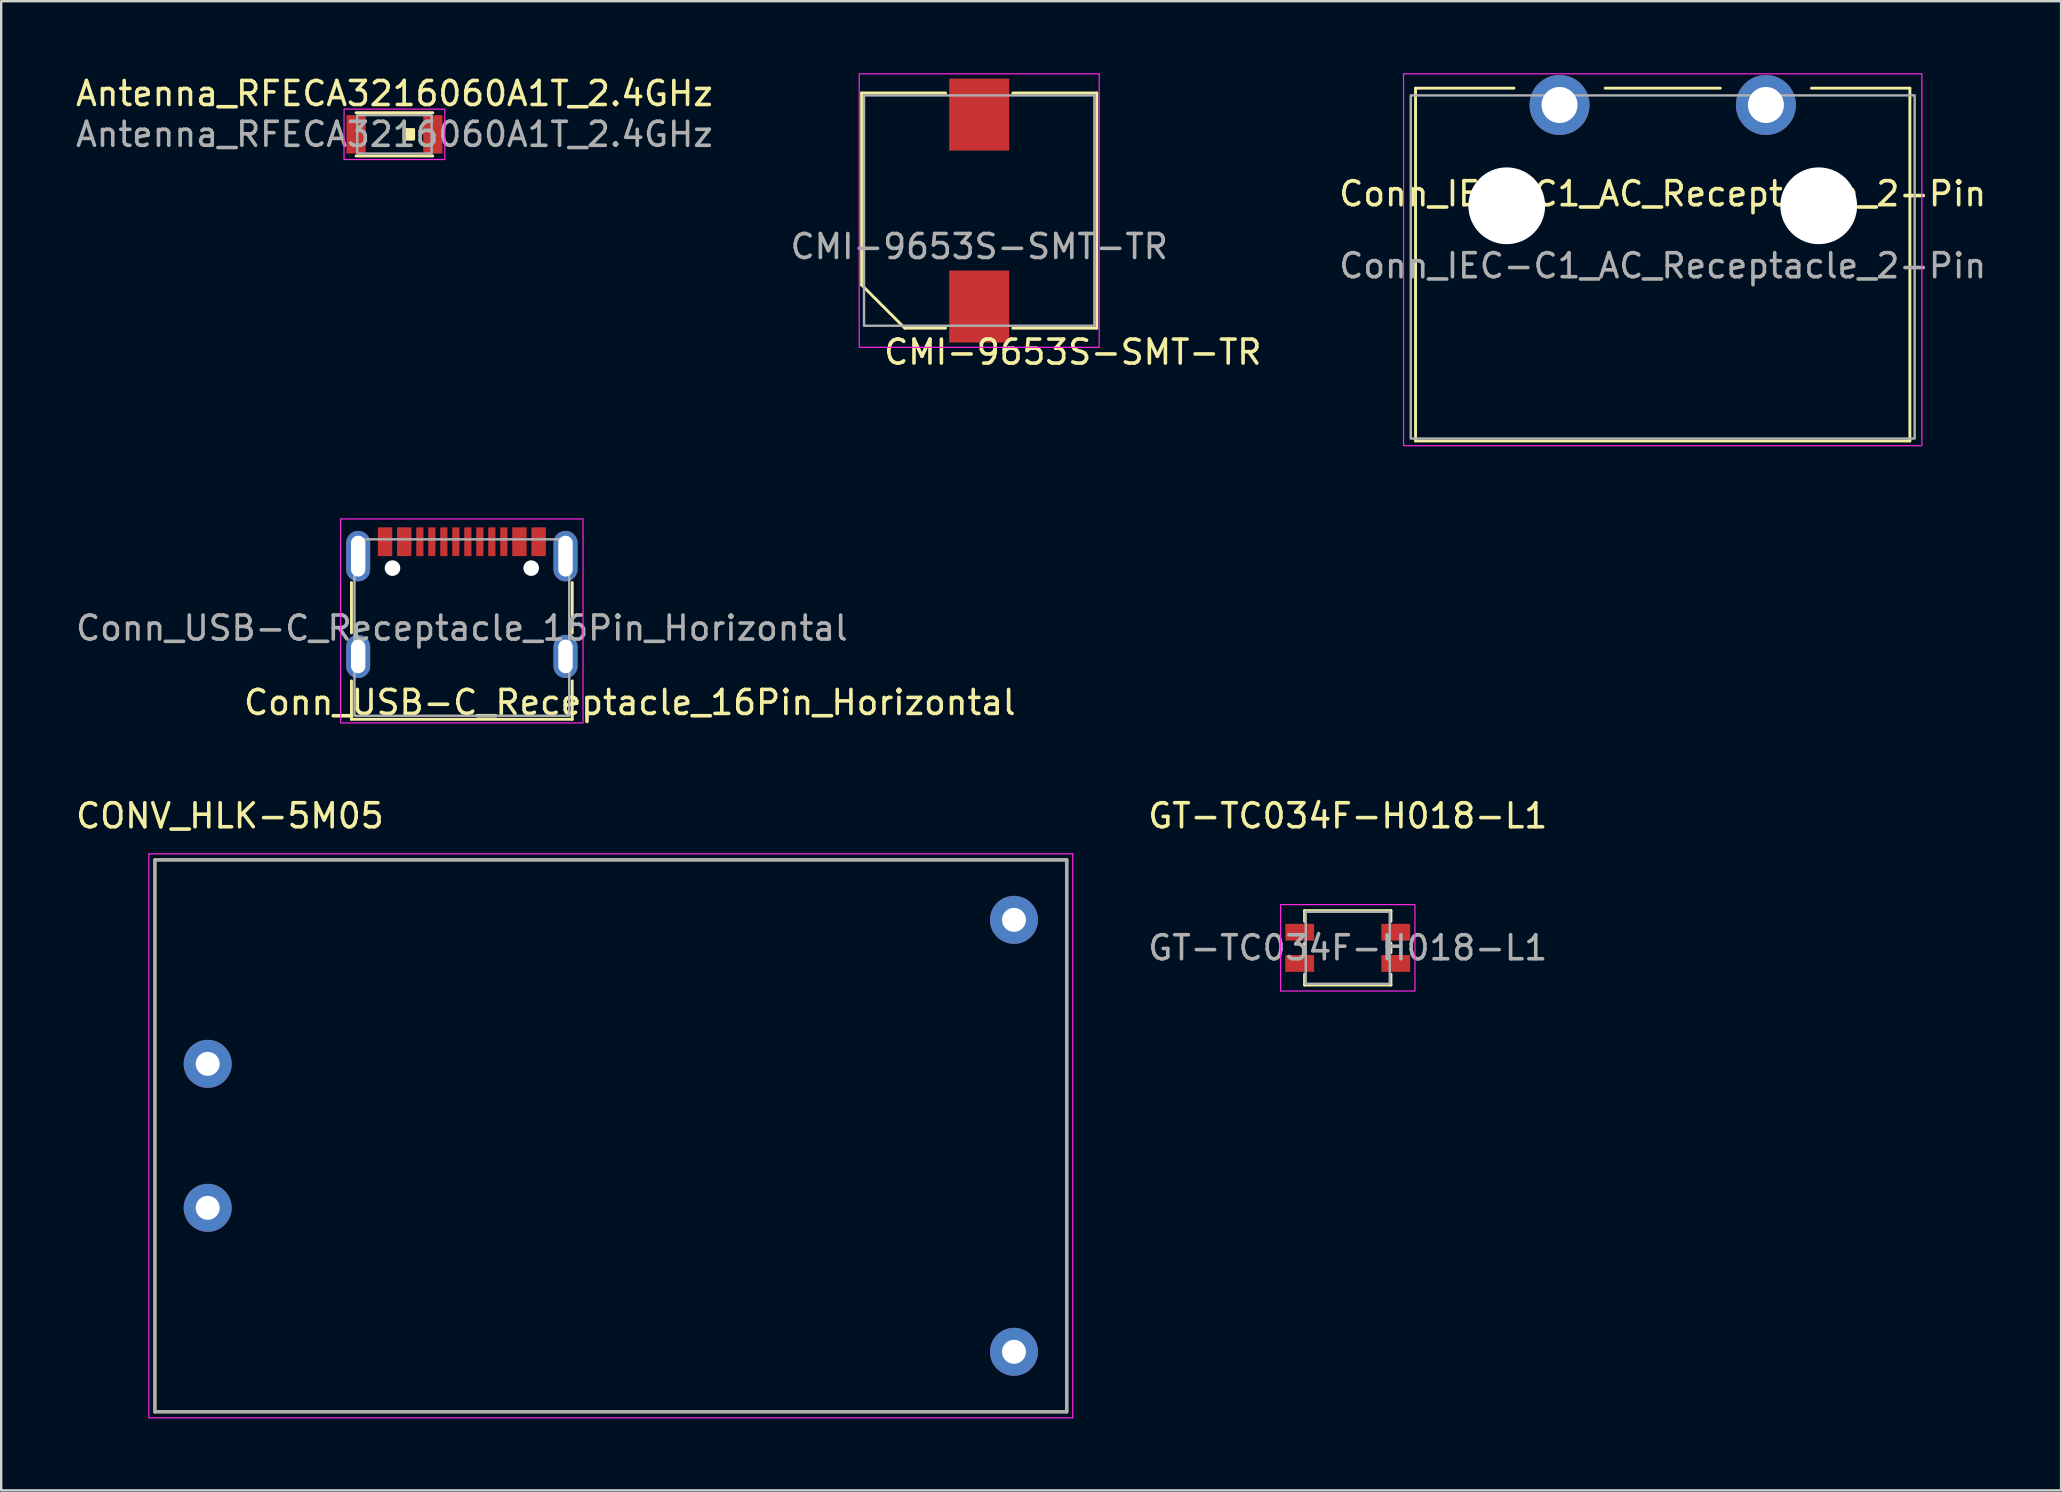
<source format=kicad_pcb>
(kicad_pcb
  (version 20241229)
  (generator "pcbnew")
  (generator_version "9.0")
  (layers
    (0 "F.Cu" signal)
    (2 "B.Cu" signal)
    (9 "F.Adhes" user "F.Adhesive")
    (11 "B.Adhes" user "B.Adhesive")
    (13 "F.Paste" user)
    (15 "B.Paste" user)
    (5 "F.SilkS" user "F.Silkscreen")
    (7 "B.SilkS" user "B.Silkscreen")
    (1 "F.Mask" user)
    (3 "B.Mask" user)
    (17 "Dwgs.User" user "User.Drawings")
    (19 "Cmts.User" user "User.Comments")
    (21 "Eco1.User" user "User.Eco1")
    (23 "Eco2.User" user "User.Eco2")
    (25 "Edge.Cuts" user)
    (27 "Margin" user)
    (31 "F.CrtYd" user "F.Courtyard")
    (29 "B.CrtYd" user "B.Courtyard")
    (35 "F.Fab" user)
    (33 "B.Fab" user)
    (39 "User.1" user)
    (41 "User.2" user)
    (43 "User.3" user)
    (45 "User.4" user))
  (footprint "Conn_USB-C_Receptacle_16Pin_Horizontal"
    (layer "F.Cu")
    (at 16.196 23.125)
    (property "Reference" "Conn_USB-C_Receptacle_16Pin_Horizontal" (at 7 3.1 0) (unlocked yes) (layer "F.SilkS") (effects (font (size 1 1) (thickness 0.15))))
    (attr smd)
    (fp_line (start -4.6 -1.9) (end -4.6 0.2) (stroke (width 0.12) (type default)) (layer "F.SilkS"))
    (fp_line (start -4.6 2.2) (end -4.6 3.8) (stroke (width 0.12) (type default)) (layer "F.SilkS"))
    (fp_line (start -4.6 3.8) (end 4.6 3.8) (stroke (width 0.12) (type default)) (layer "F.SilkS"))
    (fp_line (start 4.6 -1.9) (end 4.6 0.2) (stroke (width 0.12) (type default)) (layer "F.SilkS"))
    (fp_line (start 4.6 3.8) (end 4.6 2.2) (stroke (width 0.12) (type default)) (layer "F.SilkS"))
    (fp_rect (start -5.05 -4.55) (end 5.05 3.95) (stroke (width 0.05) (type default)) (fill no) (layer "F.CrtYd"))
    (fp_rect (start -4.475 3.65) (end 4.475 -3.7) (stroke (width 0.1) (type default)) (fill no) (layer "F.Fab"))
    (fp_text user "${REFERENCE}" (at 0 0 0) (unlocked yes) (layer "F.Fab") (effects (font (size 1 1) (thickness 0.15))))
    (pad "" np_thru_hole circle (at -2.89 -2.5) (size 0.65 0.65) (drill 0.65) (layers "*.Cu" "*.Mask"))
    (pad "" np_thru_hole circle (at 2.89 -2.5) (size 0.65 0.65) (drill 0.65) (layers "*.Cu" "*.Mask"))
    (pad "A1B12" smd rect (at -3.2 -3.6) (size 0.6 1.2) (layers "F.Cu" "F.Mask" "F.Paste"))
    (pad "A4B9" smd rect (at -2.4 -3.6) (size 0.6 1.2) (layers "F.Cu" "F.Mask" "F.Paste"))
    (pad "A5" smd rect (at -1.25 -3.6) (size 0.3 1.2) (layers "F.Cu" "F.Mask" "F.Paste"))
    (pad "A6" smd rect (at -0.25 -3.6) (size 0.3 1.2) (layers "F.Cu" "F.Mask" "F.Paste"))
    (pad "A7" smd rect (at 0.25 -3.6) (size 0.3 1.2) (layers "F.Cu" "F.Mask" "F.Paste"))
    (pad "A8" smd rect (at 1.25 -3.6) (size 0.3 1.2) (layers "F.Cu" "F.Mask" "F.Paste"))
    (pad "B1A12" smd rect (at 3.2 -3.6) (size 0.6 1.2) (layers "F.Cu" "F.Mask" "F.Paste"))
    (pad "B4A9" smd rect (at 2.4 -3.6) (size 0.6 1.2) (layers "F.Cu" "F.Mask" "F.Paste"))
    (pad "B5" smd rect (at 1.75 -3.6) (size 0.3 1.2) (layers "F.Cu" "F.Mask" "F.Paste"))
    (pad "B6" smd rect (at 0.75 -3.6) (size 0.3 1.2) (layers "F.Cu" "F.Mask" "F.Paste"))
    (pad "B7" smd rect (at -0.75 -3.6) (size 0.3 1.2) (layers "F.Cu" "F.Mask" "F.Paste"))
    (pad "B8" smd rect (at -1.75 -3.6) (size 0.3 1.2) (layers "F.Cu" "F.Mask" "F.Paste"))
    (pad "MP" thru_hole oval (at -4.32 -3) (size 1 2.1) (drill oval 0.6 1.7) (layers "*.Cu" "*.Mask"))
    (pad "MP" thru_hole oval (at -4.32 1.18) (size 1 1.8) (drill oval 0.6 1.4) (layers "*.Cu" "*.Mask"))
    (pad "MP" thru_hole oval (at 4.32 -3) (size 1 2.1) (drill oval 0.6 1.7) (layers "*.Cu" "*.Mask"))
    (pad "MP" thru_hole oval (at 4.32 1.18) (size 1 1.8) (drill oval 0.6 1.4) (layers "*.Cu" "*.Mask")))
  (footprint "GT-TC034F-H018-L1"
    (layer "F.Cu")
    (at 53.114 36.448)
    (property "Reference" "GT-TC034F-H018-L1" (at 0 -5.5 0) (unlocked yes) (layer "F.SilkS") (effects (font (size 1 1) (thickness 0.15))))
    (attr smd)
    (fp_line (start -1.8 -1.55) (end 1.8 -1.55) (stroke (width 0.12) (type default)) (layer "F.SilkS"))
    (fp_line (start -1.8 -1.1) (end -1.8 -1.55) (stroke (width 0.12) (type default)) (layer "F.SilkS"))
    (fp_line (start -1.8 -0.2) (end -1.8 0.2) (stroke (width 0.12) (type default)) (layer "F.SilkS"))
    (fp_line (start -1.8 1.1) (end -1.8 1.55) (stroke (width 0.12) (type default)) (layer "F.SilkS"))
    (fp_line (start -1.8 1.55) (end 1.8 1.55) (stroke (width 0.12) (type default)) (layer "F.SilkS"))
    (fp_line (start 1.8 -1.55) (end 1.8 -1.1) (stroke (width 0.12) (type default)) (layer "F.SilkS"))
    (fp_line (start 1.8 -0.2) (end 1.8 0.2) (stroke (width 0.12) (type default)) (layer "F.SilkS"))
    (fp_line (start 1.8 1.55) (end 1.8 1.1) (stroke (width 0.12) (type default)) (layer "F.SilkS"))
    (fp_rect (start -2.8 -1.8) (end 2.8 1.8) (stroke (width 0.05) (type default)) (fill no) (layer "F.CrtYd"))
    (fp_rect (start -1.75 -1.5) (end 1.75 1.5) (stroke (width 0.1) (type default)) (fill no) (layer "F.Fab"))
    (fp_text user "${REFERENCE}" (at 0 0 0) (unlocked yes) (layer "F.Fab") (effects (font (size 1 1) (thickness 0.15))))
    (pad "1" smd rect (at -2 -0.65) (size 1.2 0.7) (layers "F.Cu" "F.Mask" "F.Paste"))
    (pad "1" smd rect (at 2 -0.65) (size 1.2 0.7) (layers "F.Cu" "F.Mask" "F.Paste"))
    (pad "2" smd rect (at -2 0.65) (size 1.2 0.7) (layers "F.Cu" "F.Mask" "F.Paste"))
    (pad "2" smd rect (at 2 0.65) (size 1.2 0.7) (layers "F.Cu" "F.Mask" "F.Paste")))
  (footprint "CMI-9653S-SMT-TR"
    (layer "F.Cu")
    (at 37.756 5.725)
    (property "Reference" "CMI-9653S-SMT-TR" (at 3.9 5.9 0) (unlocked yes) (layer "F.SilkS") (effects (font (size 1 1) (thickness 0.15))))
    (attr smd)
    (fp_line (start -4.9 -4.9) (end -4.9 3.1) (stroke (width 0.12) (type default)) (layer "F.SilkS"))
    (fp_line (start -4.9 3.1) (end -3.1 4.9) (stroke (width 0.12) (type default)) (layer "F.SilkS"))
    (fp_line (start -3.1 4.9) (end -1.4 4.9) (stroke (width 0.12) (type default)) (layer "F.SilkS"))
    (fp_line (start -1.4 -4.9) (end -4.9 -4.9) (stroke (width 0.12) (type default)) (layer "F.SilkS"))
    (fp_line (start 1.4 4.9) (end 4.9 4.9) (stroke (width 0.12) (type default)) (layer "F.SilkS"))
    (fp_line (start 4.9 -4.9) (end 1.4 -4.9) (stroke (width 0.12) (type default)) (layer "F.SilkS"))
    (fp_line (start 4.9 4.9) (end 4.9 -4.9) (stroke (width 0.12) (type default)) (layer "F.SilkS"))
    (fp_rect (start -5 -5.7) (end 5 5.7) (stroke (width 0.05) (type default)) (fill no) (layer "F.CrtYd"))
    (fp_rect (start -4.8 -4.8) (end 4.8 4.8) (stroke (width 0.1) (type default)) (fill no) (layer "F.Fab"))
    (fp_text user "${REFERENCE}" (at 0 1.5 0) (unlocked yes) (layer "F.Fab") (effects (font (size 1 1) (thickness 0.15))))
    (pad "1" smd rect (at 0 -4) (size 2.5 3) (layers "F.Cu" "F.Mask" "F.Paste"))
    (pad "2" smd rect (at 0 4) (size 2.5 3) (layers "F.Cu" "F.Mask" "F.Paste")))
  (footprint "Conn_IEC-C1_AC_Receptacle_2-Pin"
    (layer "F.Cu")
    (at 66.239 5.525)
    (property "Reference" "Conn_IEC-C1_AC_Receptacle_2-Pin" (at 0 -0.5 0) (unlocked yes) (layer "F.SilkS") (effects (font (size 1 1) (thickness 0.15))))
    (attr through_hole)
    (fp_line (start -10.3 -4.9) (end -6.2 -4.9) (stroke (width 0.12) (type default)) (layer "F.SilkS"))
    (fp_line (start -10.3 9.8) (end -10.3 -4.9) (stroke (width 0.12) (type default)) (layer "F.SilkS"))
    (fp_line (start -2.4 -4.9) (end 2.4 -4.9) (stroke (width 0.12) (type default)) (layer "F.SilkS"))
    (fp_line (start 6.2 -4.9) (end 10.3 -4.9) (stroke (width 0.12) (type default)) (layer "F.SilkS"))
    (fp_line (start 10.3 -4.9) (end 10.3 9.8) (stroke (width 0.12) (type default)) (layer "F.SilkS"))
    (fp_line (start 10.3 9.8) (end -10.3 9.8) (stroke (width 0.12) (type default)) (layer "F.SilkS"))
    (fp_rect (start -10.8 -5.5) (end 10.8 10) (stroke (width 0.05) (type default)) (fill no) (layer "F.CrtYd"))
    (fp_rect (start -10.5 9.7) (end 10.5 -4.6) (stroke (width 0.1) (type default)) (fill no) (layer "F.Fab"))
    (fp_text user "${REFERENCE}" (at 0 2.5 0) (unlocked yes) (layer "F.Fab") (effects (font (size 1 1) (thickness 0.15))))
    (pad "" np_thru_hole circle (at -6.5 0) (size 3.2 3.2) (drill 3.2) (layers "*.Cu" "*.Mask"))
    (pad "" np_thru_hole circle (at 6.5 0) (size 3.2 3.2) (drill 3.2) (layers "*.Cu" "*.Mask"))
    (pad "1" thru_hole circle (at -4.3 -4.2) (size 2.5 2.5) (drill 1.5) (layers "*.Cu" "*.Mask"))
    (pad "2" thru_hole circle (at 4.3 -4.2) (size 2.5 2.5) (drill 1.5) (layers "*.Cu" "*.Mask")))
  (footprint "Antenna_RFECA3216060A1T_2.4GHz"
    (layer "F.Cu")
    (at 13.387 2.548)
    (property "Reference" "Antenna_RFECA3216060A1T_2.4GHz" (at 0 -1.7 0) (unlocked yes) (layer "F.SilkS") (effects (font (size 1 1) (thickness 0.15))))
    (attr through_hole)
    (fp_line (start -1.6 -0.9) (end 1.6 -0.9) (stroke (width 0.12) (type default)) (layer "F.SilkS"))
    (fp_line (start -1.6 0.9) (end 1.6 0.9) (stroke (width 0.12) (type default)) (layer "F.SilkS"))
    (fp_rect (start 0.4 -0.2) (end 0.8 0.2) (stroke (width 0.12) (type solid)) (fill yes) (layer "F.SilkS"))
    (fp_rect (start -2.1 -1.05) (end 2.1 1.05) (stroke (width 0.05) (type default)) (fill no) (layer "F.CrtYd"))
    (fp_rect (start -1.55 -0.8) (end 1.55 0.8) (stroke (width 0.1) (type default)) (fill no) (layer "F.Fab"))
    (fp_text user "${REFERENCE}" (at 0 0 0) (unlocked yes) (layer "F.Fab") (effects (font (size 1 1) (thickness 0.15))))
    (pad "1" smd rect (at 1.6 0) (size 0.8 1.6) (layers "F.Cu" "F.Mask" "F.Paste"))
    (pad "2" smd rect (at -1.6 0) (size 0.8 1.6) (layers "F.Cu" "F.Mask" "F.Paste")))
  (footprint "CONV_HLK-5M05"
    (layer "F.Cu")
    (at 22.405 44.283)
    (property "Reference" "CONV_HLK-5M05" (at -15.875 -13.335 0) (layer "F.SilkS") (effects (font (size 1 1) (thickness 0.15))))
    (attr through_hole)
    (fp_line (start -19 -11.5) (end -19 11.5) (stroke (width 0.127) (type solid)) (layer "F.SilkS"))
    (fp_line (start -19 11.5) (end 19 11.5) (stroke (width 0.127) (type solid)) (layer "F.SilkS"))
    (fp_line (start 19 -11.5) (end -19 -11.5) (stroke (width 0.127) (type solid)) (layer "F.SilkS"))
    (fp_line (start 19 11.5) (end 19 -11.5) (stroke (width 0.127) (type solid)) (layer "F.SilkS"))
    (fp_line (start -19.25 -11.75) (end 19.25 -11.75) (stroke (width 0.05) (type solid)) (layer "F.CrtYd"))
    (fp_line (start -19.25 11.75) (end -19.25 -11.75) (stroke (width 0.05) (type solid)) (layer "F.CrtYd"))
    (fp_line (start 19.25 -11.75) (end 19.25 11.75) (stroke (width 0.05) (type solid)) (layer "F.CrtYd"))
    (fp_line (start 19.25 11.75) (end -19.25 11.75) (stroke (width 0.05) (type solid)) (layer "F.CrtYd"))
    (fp_line (start -19 -11.5) (end -19 11.5) (stroke (width 0.127) (type solid)) (layer "F.Fab"))
    (fp_line (start -19 11.5) (end 19 11.5) (stroke (width 0.127) (type solid)) (layer "F.Fab"))
    (fp_line (start 19 -11.5) (end -19 -11.5) (stroke (width 0.127) (type solid)) (layer "F.Fab"))
    (fp_line (start 19 11.5) (end 19 -11.5) (stroke (width 0.127) (type solid)) (layer "F.Fab"))
    (pad "1" thru_hole circle (at -16.8 -3) (size 2 2) (drill 1) (layers "*.Cu" "*.Mask"))
    (pad "2" thru_hole circle (at -16.8 3) (size 2 2) (drill 1) (layers "*.Cu" "*.Mask"))
    (pad "3" thru_hole circle (at 16.8 -9) (size 2 2) (drill 1) (layers "*.Cu" "*.Mask"))
    (pad "4" thru_hole circle (at 16.8 9) (size 2 2) (drill 1) (layers "*.Cu" "*.Mask")))
  (gr_rect
    (start -3 -3)
    (end 82.84 59.058)
    (stroke (width 0.1) (type default))
    (fill no)
    (layer "Edge.Cuts")))
</source>
